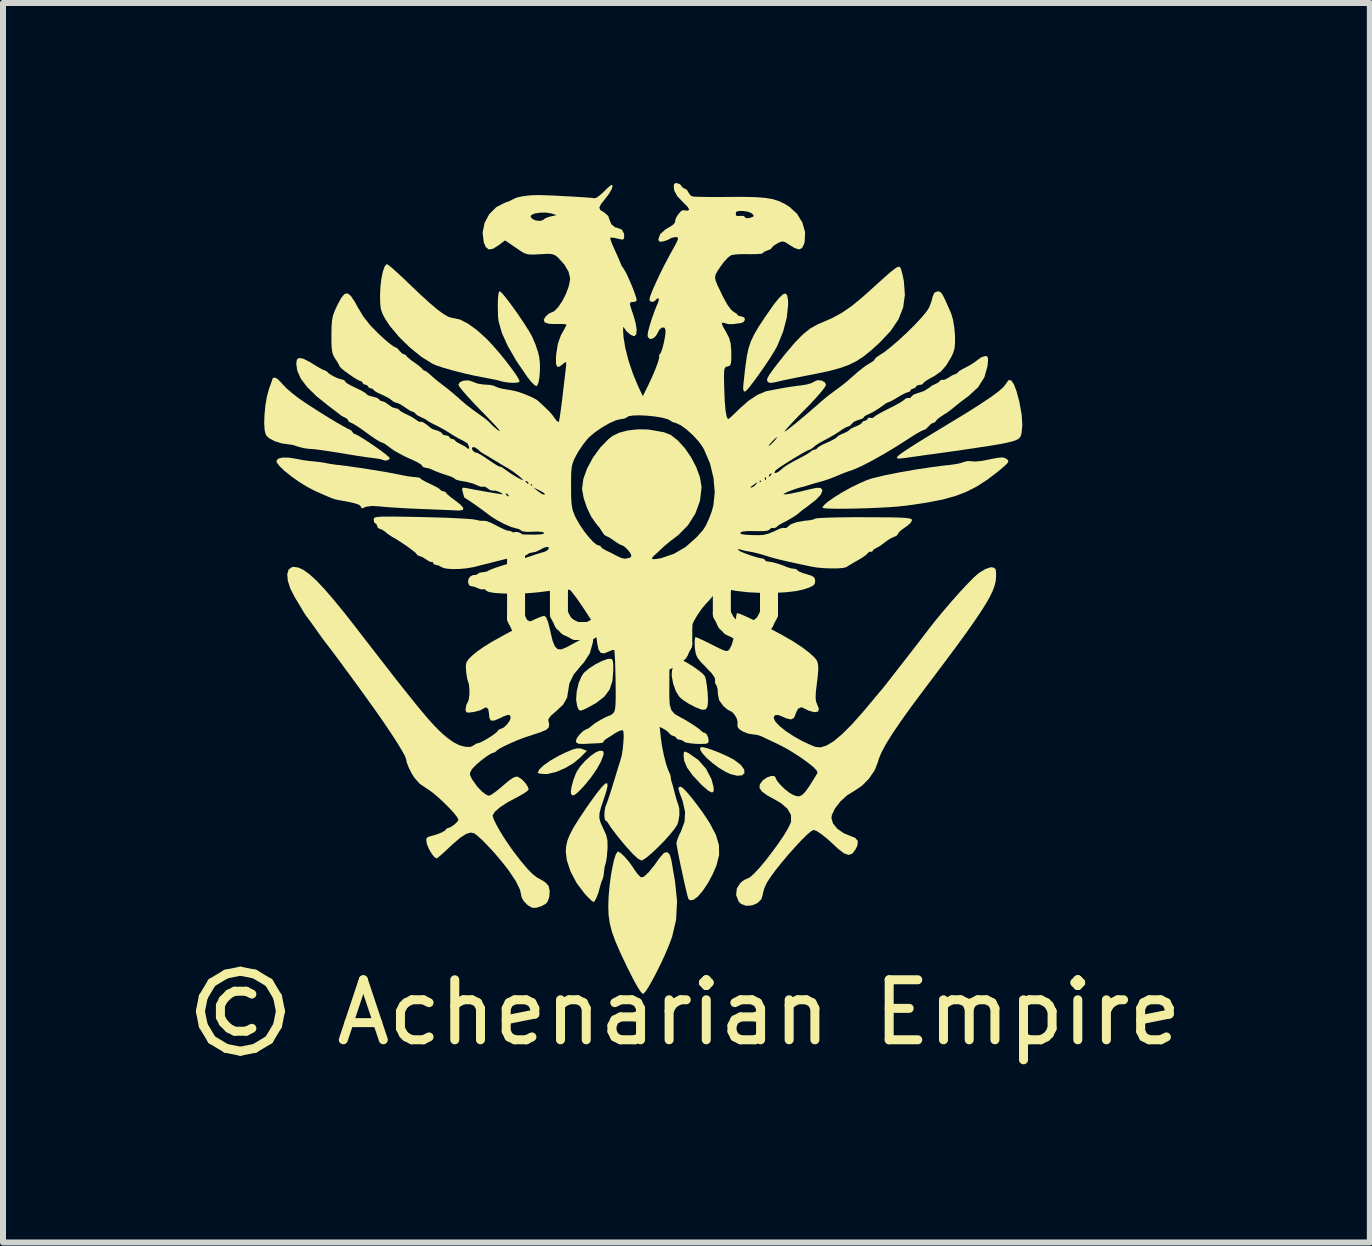
<source format=kicad_pcb>
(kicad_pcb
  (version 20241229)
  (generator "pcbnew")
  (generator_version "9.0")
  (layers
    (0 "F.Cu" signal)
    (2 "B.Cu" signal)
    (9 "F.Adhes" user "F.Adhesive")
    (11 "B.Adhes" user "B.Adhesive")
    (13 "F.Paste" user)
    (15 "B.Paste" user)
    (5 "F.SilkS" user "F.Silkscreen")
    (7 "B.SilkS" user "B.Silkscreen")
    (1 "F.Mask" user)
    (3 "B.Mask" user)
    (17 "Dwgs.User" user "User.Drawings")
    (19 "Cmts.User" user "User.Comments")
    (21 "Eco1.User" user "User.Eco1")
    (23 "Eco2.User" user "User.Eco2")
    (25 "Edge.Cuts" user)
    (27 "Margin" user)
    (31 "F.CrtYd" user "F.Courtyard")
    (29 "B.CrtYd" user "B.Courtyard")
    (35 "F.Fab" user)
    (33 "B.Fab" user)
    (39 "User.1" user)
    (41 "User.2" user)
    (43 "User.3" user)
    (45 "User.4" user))
  (footprint "logo"
    (layer "F.Cu")
    (at 7.62 6.785)
    (property "Reference" "logo" (at 0 0 0) (layer "F.SilkS") (effects (font (size 1.5 1.5) (thickness 0.3))))
    (attr board_only exclude_from_pos_files exclude_from_bom)
    (fp_poly (pts (xy 0.794 2.709) (xy 0.803 2.714) (xy 0.965 2.827) (xy 1.096 2.976) (xy 1.183 3.145) (xy 1.188 3.16) (xy 1.22 3.281) (xy 1.221 3.351) (xy 1.193 3.371) (xy 1.132 3.34) (xy 1.037 3.259) (xy 1.012 3.235) (xy 0.87 3.084) (xy 0.777 2.954) (xy 0.729 2.839) (xy 0.721 2.769) (xy 0.723 2.703) (xy 0.743 2.687)) (stroke (width 0) (type solid)) (fill yes) (layer "F.SilkS"))
    (fp_poly (pts (xy -1 2.635) (xy -0.97 2.644) (xy -0.891 2.674) (xy -0.993 2.779) (xy -1.112 2.879) (xy -1.258 2.965) (xy -1.41 3.029) (xy -1.548 3.061) (xy -1.581 3.062) (xy -1.66 3.058) (xy -1.706 3.046) (xy -1.711 3.04) (xy -1.684 2.985) (xy -1.61 2.915) (xy -1.499 2.837) (xy -1.361 2.758) (xy -1.246 2.702) (xy -1.134 2.655) (xy -1.057 2.634)) (stroke (width 0) (type solid)) (fill yes) (layer "F.SilkS"))
    (fp_poly (pts (xy 1.091 2.625) (xy 1.192 2.658) (xy 1.311 2.704) (xy 1.432 2.758) (xy 1.536 2.81) (xy 1.566 2.828) (xy 1.675 2.911) (xy 1.729 2.986) (xy 1.734 3.046) (xy 1.694 3.083) (xy 1.616 3.091) (xy 1.504 3.064) (xy 1.417 3.024) (xy 1.304 2.956) (xy 1.2 2.878) (xy 1.109 2.799) (xy 1.04 2.725) (xy 1 2.665) (xy 0.995 2.624) (xy 1.026 2.612)) (stroke (width 0) (type solid)) (fill yes) (layer "F.SilkS"))
    (fp_poly (pts (xy -0.621 2.68) (xy -0.611 2.715) (xy -0.619 2.755) (xy -0.658 2.856) (xy -0.73 2.984) (xy -0.825 3.122) (xy -0.933 3.253) (xy -0.957 3.28) (xy -1.04 3.365) (xy -1.094 3.409) (xy -1.128 3.418) (xy -1.153 3.397) (xy -1.155 3.393) (xy -1.159 3.345) (xy -1.144 3.26) (xy -1.115 3.158) (xy -1.077 3.057) (xy -1.058 3.018) (xy -1 2.932) (xy -0.919 2.841) (xy -0.828 2.759) (xy -0.742 2.699) (xy -0.675 2.672) (xy -0.67 2.672)) (stroke (width 0) (type solid)) (fill yes) (layer "F.SilkS"))
    (fp_poly (pts (xy -0.478 1.147) (xy -0.46 1.174) (xy -0.452 1.236) (xy -0.451 1.329) (xy -0.465 1.508) (xy -0.512 1.652) (xy -0.598 1.77) (xy -0.731 1.874) (xy -0.862 1.948) (xy -0.949 1.991) (xy -0.999 2.006) (xy -1.026 1.992) (xy -1.047 1.947) (xy -1.053 1.931) (xy -1.071 1.822) (xy -1.061 1.686) (xy -1.029 1.546) (xy -0.978 1.428) (xy -0.94 1.374) (xy -0.857 1.303) (xy -0.75 1.234) (xy -0.64 1.178) (xy -0.545 1.145) (xy -0.511 1.141)) (stroke (width 0) (type solid)) (fill yes) (layer "F.SilkS"))
    (fp_poly (pts (xy 0.684 1.158) (xy 0.77 1.203) (xy 0.869 1.263) (xy 0.964 1.33) (xy 1.039 1.39) (xy 1.075 1.432) (xy 1.091 1.487) (xy 1.107 1.583) (xy 1.12 1.7) (xy 1.121 1.716) (xy 1.127 1.855) (xy 1.117 1.942) (xy 1.088 1.985) (xy 1.036 1.991) (xy 1.006 1.984) (xy 0.912 1.946) (xy 0.805 1.89) (xy 0.71 1.828) (xy 0.654 1.781) (xy 0.591 1.682) (xy 0.545 1.553) (xy 0.522 1.424) (xy 0.525 1.351) (xy 0.548 1.239) (xy 0.57 1.175) (xy 0.598 1.146) (xy 0.628 1.141)) (stroke (width 0) (type solid)) (fill yes) (layer "F.SilkS"))
    (fp_poly (pts (xy -2.315 -4.96) (xy -2.259 -4.896) (xy -2.186 -4.802) (xy -2.102 -4.688) (xy -2.015 -4.564) (xy -1.932 -4.44) (xy -1.861 -4.327) (xy -1.808 -4.235) (xy -1.8 -4.218) (xy -1.748 -4.096) (xy -1.705 -3.968) (xy -1.686 -3.888) (xy -1.674 -3.778) (xy -1.674 -3.658) (xy -1.682 -3.546) (xy -1.699 -3.456) (xy -1.723 -3.406) (xy -1.73 -3.401) (xy -1.764 -3.418) (xy -1.819 -3.472) (xy -1.88 -3.549) (xy -2.065 -3.82) (xy -2.208 -4.067) (xy -2.308 -4.288) (xy -2.362 -4.479) (xy -2.372 -4.565) (xy -2.376 -4.735) (xy -2.373 -4.866) (xy -2.363 -4.951) (xy -2.347 -4.984) (xy -2.345 -4.984)) (stroke (width 0) (type solid)) (fill yes) (layer "F.SilkS"))
    (fp_poly (pts (xy 2.447 -4.91) (xy 2.46 -4.83) (xy 2.462 -4.763) (xy 2.44 -4.548) (xy 2.379 -4.312) (xy 2.284 -4.078) (xy 2.28 -4.069) (xy 2.232 -3.984) (xy 2.164 -3.874) (xy 2.082 -3.751) (xy 1.995 -3.625) (xy 1.91 -3.507) (xy 1.834 -3.407) (xy 1.775 -3.337) (xy 1.741 -3.308) (xy 1.719 -3.325) (xy 1.712 -3.368) (xy 1.716 -3.426) (xy 1.727 -3.528) (xy 1.741 -3.657) (xy 1.753 -3.753) (xy 1.775 -3.906) (xy 1.802 -4.032) (xy 1.84 -4.146) (xy 1.895 -4.262) (xy 1.973 -4.395) (xy 2.081 -4.558) (xy 2.106 -4.594) (xy 2.22 -4.758) (xy 2.309 -4.869) (xy 2.375 -4.931) (xy 2.42 -4.945)) (stroke (width 0) (type solid)) (fill yes) (layer "F.SilkS"))
    (fp_poly (pts (xy 0.71 3.296) (xy 0.772 3.36) (xy 0.851 3.453) (xy 0.94 3.568) (xy 1.031 3.692) (xy 1.116 3.818) (xy 1.16 3.888) (xy 1.259 4.077) (xy 1.309 4.246) (xy 1.312 4.41) (xy 1.268 4.584) (xy 1.208 4.725) (xy 1.123 4.883) (xy 1.037 5.011) (xy 0.956 5.105) (xy 0.884 5.158) (xy 0.827 5.165) (xy 0.8 5.142) (xy 0.788 5.103) (xy 0.767 5.018) (xy 0.739 4.9) (xy 0.709 4.762) (xy 0.677 4.616) (xy 0.648 4.475) (xy 0.624 4.353) (xy 0.607 4.261) (xy 0.6 4.213) (xy 0.6 4.213) (xy 0.614 4.156) (xy 0.649 4.071) (xy 0.676 4.017) (xy 0.736 3.857) (xy 0.745 3.694) (xy 0.704 3.513) (xy 0.691 3.476) (xy 0.652 3.371) (xy 0.635 3.31) (xy 0.639 3.281) (xy 0.662 3.273) (xy 0.674 3.273)) (stroke (width 0) (type solid)) (fill yes) (layer "F.SilkS"))
    (fp_poly (pts (xy -0.547 3.261) (xy -0.57 3.359) (xy -0.609 3.477) (xy -0.656 3.615) (xy -0.681 3.714) (xy -0.684 3.792) (xy -0.665 3.867) (xy -0.625 3.956) (xy -0.614 3.978) (xy -0.57 4.076) (xy -0.549 4.164) (xy -0.547 4.271) (xy -0.549 4.326) (xy -0.558 4.433) (xy -0.57 4.515) (xy -0.58 4.555) (xy -0.595 4.604) (xy -0.605 4.682) (xy -0.605 4.687) (xy -0.615 4.765) (xy -0.631 4.817) (xy -0.632 4.819) (xy -0.653 4.868) (xy -0.672 4.939) (xy -0.702 5.047) (xy -0.736 5.134) (xy -0.768 5.186) (xy -0.782 5.194) (xy -0.813 5.173) (xy -0.869 5.119) (xy -0.932 5.051) (xy -1.063 4.877) (xy -1.163 4.687) (xy -1.226 4.499) (xy -1.243 4.352) (xy -1.237 4.263) (xy -1.216 4.171) (xy -1.175 4.069) (xy -1.111 3.948) (xy -1.018 3.8) (xy -0.894 3.615) (xy -0.852 3.555) (xy -0.734 3.391) (xy -0.645 3.28) (xy -0.585 3.221) (xy -0.552 3.215)) (stroke (width 0) (type solid)) (fill yes) (layer "F.SilkS"))
    (fp_poly (pts (xy 6.176 -3.499) (xy 6.22 -3.439) (xy 6.266 -3.321) (xy 6.313 -3.145) (xy 6.316 -3.132) (xy 6.353 -2.926) (xy 6.364 -2.749) (xy 6.349 -2.611) (xy 6.338 -2.574) (xy 6.324 -2.547) (xy 6.3 -2.524) (xy 6.26 -2.502) (xy 6.199 -2.481) (xy 6.11 -2.459) (xy 5.989 -2.435) (xy 5.828 -2.408) (xy 5.623 -2.377) (xy 5.368 -2.339) (xy 5.194 -2.314) (xy 5.067 -2.296) (xy 4.95 -2.28) (xy 4.865 -2.268) (xy 4.864 -2.268) (xy 4.779 -2.257) (xy 4.662 -2.24) (xy 4.549 -2.224) (xy 4.414 -2.205) (xy 4.33 -2.195) (xy 4.286 -2.196) (xy 4.273 -2.206) (xy 4.28 -2.224) (xy 4.311 -2.254) (xy 4.381 -2.305) (xy 4.492 -2.379) (xy 4.648 -2.477) (xy 4.851 -2.602) (xy 5.103 -2.755) (xy 5.164 -2.792) (xy 5.438 -2.958) (xy 5.66 -3.099) (xy 5.835 -3.216) (xy 5.963 -3.31) (xy 6.047 -3.384) (xy 6.089 -3.438) (xy 6.091 -3.441) (xy 6.132 -3.5)) (stroke (width 0) (type solid)) (fill yes) (layer "F.SilkS"))
    (fp_poly (pts (xy 4.319 -5.389) (xy 4.327 -5.383) (xy 4.346 -5.34) (xy 4.369 -5.256) (xy 4.39 -5.151) (xy 4.407 -4.921) (xy 4.378 -4.711) (xy 4.299 -4.512) (xy 4.168 -4.318) (xy 3.98 -4.12) (xy 3.843 -3.996) (xy 3.72 -3.897) (xy 3.6 -3.818) (xy 3.472 -3.755) (xy 3.324 -3.702) (xy 3.146 -3.654) (xy 2.926 -3.607) (xy 2.762 -3.575) (xy 2.613 -3.546) (xy 2.476 -3.518) (xy 2.366 -3.495) (xy 2.308 -3.481) (xy 2.211 -3.459) (xy 2.155 -3.456) (xy 2.124 -3.473) (xy 2.116 -3.484) (xy 2.11 -3.507) (xy 2.12 -3.541) (xy 2.15 -3.593) (xy 2.204 -3.669) (xy 2.286 -3.777) (xy 2.402 -3.923) (xy 2.429 -3.956) (xy 2.58 -4.134) (xy 2.711 -4.267) (xy 2.832 -4.363) (xy 2.952 -4.43) (xy 2.987 -4.445) (xy 3.182 -4.529) (xy 3.351 -4.62) (xy 3.512 -4.729) (xy 3.683 -4.869) (xy 3.775 -4.95) (xy 3.94 -5.1) (xy 4.066 -5.213) (xy 4.16 -5.295) (xy 4.227 -5.349) (xy 4.272 -5.379) (xy 4.3 -5.391)) (stroke (width 0) (type solid)) (fill yes) (layer "F.SilkS"))
    (fp_poly (pts (xy -0.329 4.377) (xy -0.263 4.439) (xy -0.187 4.528) (xy -0.113 4.632) (xy -0.096 4.66) (xy -0.044 4.731) (xy 0.004 4.778) (xy 0.015 4.784) (xy 0.06 4.771) (xy 0.131 4.706) (xy 0.225 4.592) (xy 0.328 4.449) (xy 0.394 4.376) (xy 0.448 4.362) (xy 0.49 4.406) (xy 0.518 4.504) (xy 0.535 4.606) (xy 0.557 4.736) (xy 0.577 4.849) (xy 0.611 5.179) (xy 0.595 5.491) (xy 0.529 5.772) (xy 0.48 5.905) (xy 0.418 6.053) (xy 0.347 6.208) (xy 0.273 6.358) (xy 0.201 6.495) (xy 0.137 6.608) (xy 0.084 6.688) (xy 0.048 6.724) (xy 0.043 6.725) (xy 0.011 6.698) (xy -0.043 6.617) (xy -0.117 6.484) (xy -0.209 6.302) (xy -0.226 6.267) (xy -0.334 6.039) (xy -0.416 5.85) (xy -0.474 5.69) (xy -0.511 5.547) (xy -0.53 5.41) (xy -0.535 5.266) (xy -0.53 5.115) (xy -0.515 4.94) (xy -0.494 4.771) (xy -0.467 4.618) (xy -0.439 4.491) (xy -0.409 4.4) (xy -0.381 4.356) (xy -0.374 4.353)) (stroke (width 0) (type solid)) (fill yes) (layer "F.SilkS"))
    (fp_poly (pts (xy 6.065 -2.207) (xy 6.095 -2.192) (xy 6.105 -2.185) (xy 6.128 -2.162) (xy 6.129 -2.137) (xy 6.1 -2.1) (xy 6.035 -2.042) (xy 5.955 -1.976) (xy 5.779 -1.841) (xy 5.609 -1.731) (xy 5.435 -1.642) (xy 5.244 -1.569) (xy 5.028 -1.51) (xy 4.774 -1.461) (xy 4.473 -1.416) (xy 4.413 -1.408) (xy 4.29 -1.395) (xy 4.138 -1.384) (xy 3.965 -1.375) (xy 3.783 -1.367) (xy 3.601 -1.362) (xy 3.429 -1.359) (xy 3.276 -1.358) (xy 3.153 -1.361) (xy 3.068 -1.366) (xy 3.033 -1.375) (xy 3.032 -1.376) (xy 3.058 -1.418) (xy 3.128 -1.478) (xy 3.231 -1.55) (xy 3.356 -1.628) (xy 3.494 -1.705) (xy 3.633 -1.774) (xy 3.762 -1.831) (xy 3.87 -1.868) (xy 3.872 -1.868) (xy 4.074 -1.916) (xy 4.315 -1.964) (xy 4.576 -2.01) (xy 4.835 -2.049) (xy 5.072 -2.08) (xy 5.146 -2.087) (xy 5.253 -2.102) (xy 5.342 -2.121) (xy 5.381 -2.135) (xy 5.457 -2.154) (xy 5.509 -2.15) (xy 5.579 -2.145) (xy 5.677 -2.154) (xy 5.724 -2.162) (xy 5.866 -2.191) (xy 5.963 -2.208) (xy 6.025 -2.213)) (stroke (width 0) (type solid)) (fill yes) (layer "F.SilkS"))
    (fp_poly (pts (xy -4.192 -5.414) (xy -4.126 -5.36) (xy -4.034 -5.277) (xy -3.925 -5.175) (xy -3.875 -5.127) (xy -3.677 -4.938) (xy -3.515 -4.79) (xy -3.384 -4.679) (xy -3.279 -4.602) (xy -3.196 -4.555) (xy -3.13 -4.535) (xy -3.109 -4.534) (xy -3.003 -4.51) (xy -2.872 -4.442) (xy -2.725 -4.336) (xy -2.571 -4.198) (xy -2.552 -4.179) (xy -2.457 -4.077) (xy -2.354 -3.959) (xy -2.252 -3.834) (xy -2.16 -3.714) (xy -2.083 -3.608) (xy -2.031 -3.526) (xy -2.012 -3.479) (xy -2.012 -3.478) (xy -2.038 -3.462) (xy -2.104 -3.456) (xy -2.19 -3.459) (xy -2.276 -3.472) (xy -2.312 -3.481) (xy -2.379 -3.499) (xy -2.483 -3.521) (xy -2.597 -3.543) (xy -2.769 -3.576) (xy -2.949 -3.617) (xy -3.124 -3.662) (xy -3.279 -3.706) (xy -3.399 -3.746) (xy -3.46 -3.772) (xy -3.647 -3.888) (xy -3.84 -4.044) (xy -4.021 -4.221) (xy -4.175 -4.405) (xy -4.25 -4.519) (xy -4.296 -4.604) (xy -4.323 -4.681) (xy -4.335 -4.772) (xy -4.338 -4.899) (xy -4.338 -4.909) (xy -4.332 -5.053) (xy -4.316 -5.19) (xy -4.292 -5.307) (xy -4.262 -5.392) (xy -4.231 -5.433) (xy -4.224 -5.434)) (stroke (width 0) (type solid)) (fill yes) (layer "F.SilkS"))
    (fp_poly (pts (xy -6.047 -3.521) (xy -5.99 -3.466) (xy -5.967 -3.439) (xy -5.901 -3.37) (xy -5.804 -3.285) (xy -5.698 -3.203) (xy -5.692 -3.198) (xy -5.592 -3.13) (xy -5.47 -3.05) (xy -5.336 -2.964) (xy -5.199 -2.879) (xy -5.07 -2.801) (xy -4.959 -2.737) (xy -4.877 -2.692) (xy -4.833 -2.672) (xy -4.831 -2.672) (xy -4.804 -2.649) (xy -4.804 -2.644) (xy -4.78 -2.612) (xy -4.766 -2.607) (xy -4.715 -2.584) (xy -4.633 -2.536) (xy -4.532 -2.471) (xy -4.426 -2.399) (xy -4.324 -2.327) (xy -4.241 -2.264) (xy -4.187 -2.218) (xy -4.174 -2.199) (xy -4.198 -2.172) (xy -4.248 -2.16) (xy -4.294 -2.172) (xy -4.296 -2.174) (xy -4.33 -2.184) (xy -4.405 -2.197) (xy -4.459 -2.204) (xy -4.577 -2.219) (xy -4.715 -2.24) (xy -4.789 -2.252) (xy -5.008 -2.288) (xy -5.178 -2.315) (xy -5.307 -2.334) (xy -5.404 -2.347) (xy -5.479 -2.354) (xy -5.509 -2.355) (xy -5.612 -2.368) (xy -5.705 -2.393) (xy -5.714 -2.396) (xy -5.798 -2.423) (xy -5.864 -2.432) (xy -5.977 -2.447) (xy -6.091 -2.483) (xy -6.185 -2.532) (xy -6.239 -2.585) (xy -6.26 -2.662) (xy -6.268 -2.781) (xy -6.263 -2.926) (xy -6.248 -3.081) (xy -6.223 -3.228) (xy -6.189 -3.352) (xy -6.186 -3.362) (xy -6.153 -3.452) (xy -6.131 -3.515) (xy -6.125 -3.535) (xy -6.101 -3.542) (xy -6.087 -3.543)) (stroke (width 0) (type solid)) (fill yes) (layer "F.SilkS"))
    (fp_poly (pts (xy -5.754 -2.194) (xy -5.632 -2.17) (xy -5.506 -2.153) (xy -5.464 -2.149) (xy -5.362 -2.139) (xy -5.273 -2.126) (xy -5.254 -2.122) (xy -5.177 -2.107) (xy -5.075 -2.092) (xy -5.044 -2.089) (xy -4.889 -2.07) (xy -4.699 -2.043) (xy -4.492 -2.011) (xy -4.288 -1.978) (xy -4.106 -1.945) (xy -3.978 -1.919) (xy -3.872 -1.899) (xy -3.777 -1.887) (xy -3.745 -1.885) (xy -3.685 -1.877) (xy -3.663 -1.863) (xy -3.638 -1.841) (xy -3.572 -1.805) (xy -3.498 -1.77) (xy -3.411 -1.727) (xy -3.351 -1.692) (xy -3.333 -1.674) (xy -3.308 -1.654) (xy -3.288 -1.651) (xy -3.247 -1.639) (xy -3.242 -1.629) (xy -3.219 -1.601) (xy -3.16 -1.551) (xy -3.092 -1.501) (xy -2.994 -1.424) (xy -2.95 -1.37) (xy -2.96 -1.338) (xy -3.025 -1.328) (xy -3.055 -1.329) (xy -3.124 -1.333) (xy -3.239 -1.338) (xy -3.388 -1.344) (xy -3.556 -1.351) (xy -3.648 -1.354) (xy -3.83 -1.362) (xy -4.009 -1.372) (xy -4.167 -1.382) (xy -4.289 -1.392) (xy -4.326 -1.396) (xy -4.473 -1.405) (xy -4.569 -1.392) (xy -4.588 -1.384) (xy -4.638 -1.364) (xy -4.653 -1.382) (xy -4.654 -1.391) (xy -4.683 -1.423) (xy -4.772 -1.453) (xy -4.841 -1.468) (xy -4.947 -1.488) (xy -5.033 -1.504) (xy -5.074 -1.512) (xy -5.116 -1.525) (xy -5.181 -1.55) (xy -5.28 -1.592) (xy -5.422 -1.656) (xy -5.429 -1.659) (xy -5.554 -1.724) (xy -5.685 -1.805) (xy -5.811 -1.894) (xy -5.923 -1.983) (xy -6.008 -2.063) (xy -6.057 -2.127) (xy -6.065 -2.152) (xy -6.038 -2.191) (xy -5.966 -2.211) (xy -5.861 -2.211)) (stroke (width 0) (type solid)) (fill yes) (layer "F.SilkS"))
    (fp_poly (pts (xy 5.899 -0.373) (xy 5.92 -0.346) (xy 5.927 -0.286) (xy 5.926 -0.221) (xy 5.92 -0.152) (xy 5.902 -0.078) (xy 5.872 0.005) (xy 5.826 0.103) (xy 5.761 0.218) (xy 5.675 0.354) (xy 5.565 0.517) (xy 5.43 0.709) (xy 5.266 0.934) (xy 5.071 1.197) (xy 4.842 1.501) (xy 4.74 1.636) (xy 4.524 1.925) (xy 4.346 2.173) (xy 4.204 2.382) (xy 4.096 2.555) (xy 4.019 2.697) (xy 3.972 2.809) (xy 3.959 2.857) (xy 3.906 2.996) (xy 3.811 3.136) (xy 3.691 3.258) (xy 3.562 3.344) (xy 3.441 3.419) (xy 3.332 3.519) (xy 3.245 3.631) (xy 3.192 3.739) (xy 3.183 3.797) (xy 3.21 3.887) (xy 3.283 3.975) (xy 3.389 4.048) (xy 3.481 4.086) (xy 3.58 4.126) (xy 3.623 4.177) (xy 3.617 4.249) (xy 3.588 4.312) (xy 3.534 4.386) (xy 3.472 4.41) (xy 3.395 4.385) (xy 3.297 4.31) (xy 3.254 4.27) (xy 3.134 4.159) (xy 3.026 4.071) (xy 2.94 4.013) (xy 2.886 3.993) (xy 2.843 4.016) (xy 2.772 4.077) (xy 2.679 4.169) (xy 2.573 4.283) (xy 2.461 4.409) (xy 2.35 4.541) (xy 2.249 4.668) (xy 2.165 4.783) (xy 2.107 4.873) (xy 2.066 4.962) (xy 2.043 5.043) (xy 2.042 5.061) (xy 2.016 5.148) (xy 1.949 5.213) (xy 1.859 5.251) (xy 1.762 5.257) (xy 1.676 5.226) (xy 1.638 5.187) (xy 1.595 5.079) (xy 1.607 4.967) (xy 1.665 4.877) (xy 1.727 4.827) (xy 1.779 4.804) (xy 1.782 4.804) (xy 1.829 4.78) (xy 1.9 4.715) (xy 1.99 4.618) (xy 2.09 4.498) (xy 2.193 4.364) (xy 2.293 4.227) (xy 2.383 4.095) (xy 2.454 3.978) (xy 2.5 3.884) (xy 2.511 3.852) (xy 2.509 3.744) (xy 2.45 3.639) (xy 2.337 3.543) (xy 2.257 3.497) (xy 2.114 3.418) (xy 2.024 3.352) (xy 1.984 3.293) (xy 1.99 3.234) (xy 2.038 3.17) (xy 2.051 3.158) (xy 2.114 3.116) (xy 2.181 3.094) (xy 2.234 3.096) (xy 2.252 3.121) (xy 2.274 3.171) (xy 2.331 3.24) (xy 2.407 3.314) (xy 2.488 3.377) (xy 2.539 3.407) (xy 2.596 3.429) (xy 2.645 3.433) (xy 2.693 3.412) (xy 2.746 3.359) (xy 2.811 3.27) (xy 2.894 3.137) (xy 2.952 3.042) (xy 2.94 3.007) (xy 2.886 2.949) (xy 2.797 2.877) (xy 2.685 2.795) (xy 2.558 2.712) (xy 2.426 2.633) (xy 2.298 2.567) (xy 2.289 2.562) (xy 2.176 2.509) (xy 2.079 2.463) (xy 2.015 2.433) (xy 2.004 2.428) (xy 1.933 2.407) (xy 1.875 2.402) (xy 1.795 2.388) (xy 1.711 2.355) (xy 1.645 2.313) (xy 1.618 2.274) (xy 1.618 2.209) (xy 1.62 2.197) (xy 1.608 2.141) (xy 1.571 2.076) (xy 1.526 2.025) (xy 1.496 2.012) (xy 1.456 1.991) (xy 1.396 1.941) (xy 1.377 1.922) (xy 1.313 1.833) (xy 1.291 1.733) (xy 1.291 1.713) (xy 1.284 1.633) (xy 1.266 1.581) (xy 1.26 1.575) (xy 1.241 1.535) (xy 1.246 1.503) (xy 1.238 1.456) (xy 1.19 1.386) (xy 1.097 1.287) (xy 1.092 1.281) (xy 1.005 1.193) (xy 0.953 1.127) (xy 0.925 1.066) (xy 0.911 0.992) (xy 0.907 0.947) (xy 0.904 0.856) (xy 0.91 0.796) (xy 0.92 0.78) (xy 0.956 0.793) (xy 1.033 0.828) (xy 1.136 0.878) (xy 1.196 0.908) (xy 1.313 0.967) (xy 1.389 1.001) (xy 1.435 1.013) (xy 1.464 1.005) (xy 1.486 0.981) (xy 1.487 0.98) (xy 1.523 0.905) (xy 1.555 0.791) (xy 1.579 0.661) (xy 1.591 0.535) (xy 1.591 0.514) (xy 1.596 0.436) (xy 1.607 0.386) (xy 1.61 0.382) (xy 1.643 0.388) (xy 1.722 0.42) (xy 1.841 0.475) (xy 1.992 0.551) (xy 2.17 0.643) (xy 2.368 0.749) (xy 2.37 0.75) (xy 2.542 0.849) (xy 2.695 0.95) (xy 2.819 1.044) (xy 2.906 1.124) (xy 2.945 1.179) (xy 2.961 1.238) (xy 2.964 1.32) (xy 2.955 1.438) (xy 2.942 1.54) (xy 2.924 1.688) (xy 2.919 1.788) (xy 2.927 1.854) (xy 2.938 1.883) (xy 2.973 1.971) (xy 2.964 2.02) (xy 2.908 2.031) (xy 2.875 2.026) (xy 2.799 2.004) (xy 2.75 1.979) (xy 2.749 1.978) (xy 2.685 1.949) (xy 2.628 1.972) (xy 2.592 2.042) (xy 2.592 2.044) (xy 2.562 2.124) (xy 2.51 2.153) (xy 2.428 2.133) (xy 2.398 2.119) (xy 2.301 2.079) (xy 2.244 2.079) (xy 2.222 2.118) (xy 2.222 2.129) (xy 2.248 2.188) (xy 2.319 2.263) (xy 2.425 2.348) (xy 2.557 2.434) (xy 2.703 2.516) (xy 2.854 2.585) (xy 2.915 2.609) (xy 3.002 2.618) (xy 3.104 2.586) (xy 3.225 2.512) (xy 3.366 2.393) (xy 3.531 2.227) (xy 3.722 2.012) (xy 3.858 1.849) (xy 3.926 1.767) (xy 3.982 1.7) (xy 4.009 1.669) (xy 4.037 1.636) (xy 4.095 1.563) (xy 4.176 1.459) (xy 4.274 1.333) (xy 4.383 1.193) (xy 4.496 1.048) (xy 4.607 0.905) (xy 4.708 0.773) (xy 4.794 0.661) (xy 4.794 0.66) (xy 4.917 0.504) (xy 5.052 0.34) (xy 5.192 0.177) (xy 5.328 0.024) (xy 5.453 -0.11) (xy 5.557 -0.215) (xy 5.634 -0.283) (xy 5.638 -0.286) (xy 5.748 -0.354) (xy 5.835 -0.383) (xy 5.855 -0.383)) (stroke (width 0) (type solid)) (fill yes) (layer "F.SilkS"))
    (fp_poly (pts (xy -5.698 -0.378) (xy -5.614 -0.339) (xy -5.517 -0.27) (xy -5.403 -0.167) (xy -5.271 -0.028) (xy -5.116 0.151) (xy -4.934 0.373) (xy -4.723 0.642) (xy -4.707 0.664) (xy -4.454 0.991) (xy -4.235 1.273) (xy -4.046 1.516) (xy -3.883 1.721) (xy -3.744 1.894) (xy -3.625 2.038) (xy -3.524 2.157) (xy -3.436 2.253) (xy -3.359 2.332) (xy -3.29 2.397) (xy -3.225 2.452) (xy -3.161 2.499) (xy -3.111 2.534) (xy -3.016 2.582) (xy -2.917 2.608) (xy -2.832 2.61) (xy -2.78 2.586) (xy -2.777 2.582) (xy -2.734 2.554) (xy -2.717 2.552) (xy -2.67 2.537) (xy -2.596 2.5) (xy -2.513 2.45) (xy -2.437 2.399) (xy -2.385 2.356) (xy -2.372 2.337) (xy -2.348 2.314) (xy -2.332 2.312) (xy -2.279 2.288) (xy -2.219 2.232) (xy -2.174 2.166) (xy -2.162 2.122) (xy -2.172 2.083) (xy -2.207 2.076) (xy -2.279 2.101) (xy -2.344 2.133) (xy -2.437 2.172) (xy -2.492 2.17) (xy -2.517 2.123) (xy -2.522 2.055) (xy -2.536 1.977) (xy -2.572 1.95) (xy -2.625 1.976) (xy -2.629 1.98) (xy -2.674 2.002) (xy -2.754 2.023) (xy -2.785 2.029) (xy -2.864 2.039) (xy -2.901 2.031) (xy -2.912 1.998) (xy -2.912 1.976) (xy -2.899 1.906) (xy -2.878 1.87) (xy -2.86 1.821) (xy -2.849 1.737) (xy -2.849 1.643) (xy -2.858 1.562) (xy -2.87 1.527) (xy -2.884 1.48) (xy -2.898 1.397) (xy -2.904 1.346) (xy -2.909 1.256) (xy -2.896 1.196) (xy -2.856 1.14) (xy -2.8 1.086) (xy -2.714 1.015) (xy -2.598 0.935) (xy -2.478 0.861) (xy -2.475 0.859) (xy -2.257 0.738) (xy -2.06 0.633) (xy -1.89 0.546) (xy -1.753 0.481) (xy -1.655 0.44) (xy -1.602 0.426) (xy -1.599 0.426) (xy -1.569 0.454) (xy -1.538 0.529) (xy -1.506 0.657) (xy -1.5 0.686) (xy -1.464 0.837) (xy -1.426 0.933) (xy -1.379 0.981) (xy -1.318 0.985) (xy -1.237 0.953) (xy -1.231 0.95) (xy -1.161 0.912) (xy -1.066 0.861) (xy -1.009 0.83) (xy -0.897 0.774) (xy -0.827 0.752) (xy -0.793 0.767) (xy -0.786 0.82) (xy -0.793 0.874) (xy -0.843 1.051) (xy -0.94 1.201) (xy -0.987 1.253) (xy -1.111 1.403) (xy -1.183 1.551) (xy -1.201 1.662) (xy -1.221 1.79) (xy -1.287 1.905) (xy -1.405 2.016) (xy -1.422 2.03) (xy -1.491 2.09) (xy -1.53 2.143) (xy -1.534 2.165) (xy -1.519 2.237) (xy -1.528 2.287) (xy -1.57 2.326) (xy -1.655 2.362) (xy -1.741 2.391) (xy -1.871 2.433) (xy -1.965 2.466) (xy -2.049 2.498) (xy -2.143 2.539) (xy -2.244 2.585) (xy -2.329 2.628) (xy -2.386 2.663) (xy -2.401 2.68) (xy -2.426 2.701) (xy -2.439 2.703) (xy -2.49 2.722) (xy -2.568 2.771) (xy -2.656 2.838) (xy -2.738 2.908) (xy -2.798 2.971) (xy -2.809 2.986) (xy -2.838 3.038) (xy -2.838 3.081) (xy -2.808 3.142) (xy -2.791 3.169) (xy -2.716 3.274) (xy -2.635 3.358) (xy -2.562 3.411) (xy -2.522 3.423) (xy -2.48 3.404) (xy -2.408 3.353) (xy -2.319 3.281) (xy -2.29 3.255) (xy -2.185 3.167) (xy -2.112 3.119) (xy -2.06 3.104) (xy -2.043 3.107) (xy -1.981 3.145) (xy -1.918 3.209) (xy -1.873 3.278) (xy -1.861 3.318) (xy -1.887 3.347) (xy -1.954 3.393) (xy -2.049 3.446) (xy -2.079 3.461) (xy -2.222 3.538) (xy -2.34 3.616) (xy -2.422 3.688) (xy -2.46 3.746) (xy -2.462 3.757) (xy -2.445 3.813) (xy -2.4 3.906) (xy -2.334 4.023) (xy -2.253 4.152) (xy -2.164 4.283) (xy -2.112 4.355) (xy -1.982 4.523) (xy -1.877 4.647) (xy -1.79 4.734) (xy -1.714 4.791) (xy -1.661 4.819) (xy -1.584 4.866) (xy -1.532 4.923) (xy -1.531 4.924) (xy -1.511 5.005) (xy -1.517 5.101) (xy -1.545 5.186) (xy -1.571 5.219) (xy -1.646 5.263) (xy -1.733 5.29) (xy -1.801 5.291) (xy -1.801 5.291) (xy -1.873 5.25) (xy -1.939 5.186) (xy -1.978 5.12) (xy -1.982 5.098) (xy -2.006 4.988) (xy -2.077 4.844) (xy -2.196 4.667) (xy -2.221 4.633) (xy -2.317 4.512) (xy -2.424 4.386) (xy -2.534 4.266) (xy -2.635 4.163) (xy -2.718 4.087) (xy -2.766 4.051) (xy -2.828 4.037) (xy -2.904 4.06) (xy -3.001 4.123) (xy -3.125 4.229) (xy -3.169 4.27) (xy -3.259 4.354) (xy -3.334 4.421) (xy -3.382 4.461) (xy -3.392 4.467) (xy -3.426 4.452) (xy -3.472 4.397) (xy -3.518 4.321) (xy -3.552 4.241) (xy -3.562 4.207) (xy -3.568 4.142) (xy -3.541 4.111) (xy -3.494 4.097) (xy -3.393 4.068) (xy -3.307 4.034) (xy -3.253 4.002) (xy -3.243 3.986) (xy -3.219 3.964) (xy -3.205 3.962) (xy -3.156 3.943) (xy -3.095 3.9) (xy -3.047 3.852) (xy -3.032 3.823) (xy -3.054 3.779) (xy -3.111 3.707) (xy -3.193 3.618) (xy -3.289 3.523) (xy -3.389 3.432) (xy -3.482 3.356) (xy -3.554 3.307) (xy -3.676 3.225) (xy -3.765 3.124) (xy -3.81 3.053) (xy -3.86 2.954) (xy -3.894 2.866) (xy -3.903 2.819) (xy -3.92 2.768) (xy -3.97 2.676) (xy -4.048 2.547) (xy -4.151 2.387) (xy -4.275 2.203) (xy -4.416 2.001) (xy -4.489 1.899) (xy -4.597 1.748) (xy -4.713 1.588) (xy -4.831 1.427) (xy -4.943 1.275) (xy -5.042 1.14) (xy -5.123 1.032) (xy -5.178 0.959) (xy -5.192 0.941) (xy -5.25 0.866) (xy -5.325 0.765) (xy -5.389 0.674) (xy -5.454 0.583) (xy -5.508 0.508) (xy -5.539 0.467) (xy -5.539 0.467) (xy -5.577 0.416) (xy -5.613 0.359) (xy -5.652 0.293) (xy -5.708 0.2) (xy -5.755 0.123) (xy -5.831 -0.024) (xy -5.874 -0.156) (xy -5.884 -0.266) (xy -5.861 -0.346) (xy -5.805 -0.386) (xy -5.773 -0.39)) (stroke (width 0) (type solid)) (fill yes) (layer "F.SilkS"))
    (fp_poly (pts (xy 0.661 -6.765) (xy 0.68 -6.74) (xy 0.716 -6.7) (xy 0.737 -6.695) (xy 0.777 -6.67) (xy 0.795 -6.637) (xy 0.834 -6.581) (xy 0.865 -6.563) (xy 0.91 -6.558) (xy 1.005 -6.555) (xy 1.139 -6.553) (xy 1.302 -6.552) (xy 1.483 -6.554) (xy 1.486 -6.554) (xy 1.73 -6.555) (xy 1.924 -6.55) (xy 2.078 -6.538) (xy 2.201 -6.518) (xy 2.304 -6.486) (xy 2.396 -6.443) (xy 2.485 -6.388) (xy 2.611 -6.272) (xy 2.699 -6.127) (xy 2.744 -5.969) (xy 2.738 -5.811) (xy 2.728 -5.772) (xy 2.694 -5.702) (xy 2.644 -5.679) (xy 2.57 -5.702) (xy 2.489 -5.752) (xy 2.417 -5.798) (xy 2.369 -5.812) (xy 2.318 -5.798) (xy 2.285 -5.781) (xy 2.222 -5.742) (xy 2.192 -5.71) (xy 2.192 -5.707) (xy 2.166 -5.681) (xy 2.117 -5.662) (xy 2.06 -5.639) (xy 2.042 -5.618) (xy 2.014 -5.607) (xy 1.941 -5.601) (xy 1.837 -5.6) (xy 1.81 -5.6) (xy 1.689 -5.601) (xy 1.584 -5.595) (xy 1.516 -5.584) (xy 1.511 -5.582) (xy 1.46 -5.545) (xy 1.393 -5.472) (xy 1.332 -5.39) (xy 1.285 -5.319) (xy 1.255 -5.266) (xy 1.244 -5.217) (xy 1.253 -5.161) (xy 1.284 -5.084) (xy 1.337 -4.973) (xy 1.383 -4.879) (xy 1.448 -4.761) (xy 1.509 -4.677) (xy 1.554 -4.639) (xy 1.605 -4.608) (xy 1.621 -4.586) (xy 1.646 -4.568) (xy 1.681 -4.564) (xy 1.731 -4.545) (xy 1.742 -4.505) (xy 1.715 -4.466) (xy 1.674 -4.452) (xy 1.589 -4.441) (xy 1.546 -4.434) (xy 1.469 -4.434) (xy 1.419 -4.447) (xy 1.372 -4.46) (xy 1.356 -4.45) (xy 1.37 -4.407) (xy 1.416 -4.323) (xy 1.432 -4.296) (xy 1.479 -4.203) (xy 1.504 -4.112) (xy 1.514 -3.995) (xy 1.515 -3.948) (xy 1.514 -3.837) (xy 1.507 -3.773) (xy 1.49 -3.742) (xy 1.459 -3.73) (xy 1.452 -3.729) (xy 1.425 -3.722) (xy 1.407 -3.704) (xy 1.397 -3.665) (xy 1.393 -3.594) (xy 1.394 -3.481) (xy 1.397 -3.369) (xy 1.405 -3.159) (xy 1.418 -3.001) (xy 1.436 -2.899) (xy 1.457 -2.854) (xy 1.464 -2.852) (xy 1.491 -2.872) (xy 1.549 -2.925) (xy 1.627 -3.001) (xy 1.653 -3.026) (xy 1.802 -3.158) (xy 1.954 -3.258) (xy 2.094 -3.316) (xy 2.127 -3.323) (xy 2.183 -3.333) (xy 2.274 -3.351) (xy 2.342 -3.364) (xy 2.475 -3.387) (xy 2.619 -3.407) (xy 2.672 -3.413) (xy 2.774 -3.429) (xy 2.856 -3.454) (xy 2.886 -3.472) (xy 2.949 -3.5) (xy 3.02 -3.495) (xy 3.075 -3.463) (xy 3.092 -3.421) (xy 3.072 -3.382) (xy 3.016 -3.309) (xy 2.93 -3.21) (xy 2.822 -3.094) (xy 2.733 -3.004) (xy 2.617 -2.885) (xy 2.52 -2.783) (xy 2.448 -2.704) (xy 2.407 -2.655) (xy 2.4 -2.642) (xy 2.433 -2.661) (xy 2.502 -2.713) (xy 2.601 -2.793) (xy 2.722 -2.894) (xy 2.858 -3.01) (xy 3 -3.133) (xy 3.033 -3.163) (xy 3.13 -3.243) (xy 3.236 -3.322) (xy 3.259 -3.338) (xy 3.359 -3.413) (xy 3.463 -3.497) (xy 3.486 -3.519) (xy 3.634 -3.648) (xy 3.748 -3.737) (xy 3.834 -3.79) (xy 3.836 -3.79) (xy 3.887 -3.824) (xy 3.903 -3.847) (xy 3.927 -3.878) (xy 3.974 -3.91) (xy 4.068 -3.971) (xy 4.185 -4.064) (xy 4.317 -4.178) (xy 4.451 -4.303) (xy 4.578 -4.429) (xy 4.688 -4.548) (xy 4.77 -4.647) (xy 4.812 -4.714) (xy 4.847 -4.805) (xy 4.869 -4.887) (xy 4.87 -4.894) (xy 4.899 -4.959) (xy 4.945 -4.978) (xy 4.975 -4.979) (xy 5.001 -4.967) (xy 5.029 -4.933) (xy 5.063 -4.87) (xy 5.11 -4.768) (xy 5.175 -4.619) (xy 5.179 -4.609) (xy 5.208 -4.511) (xy 5.23 -4.38) (xy 5.241 -4.254) (xy 5.243 -4.124) (xy 5.235 -4.033) (xy 5.213 -3.956) (xy 5.176 -3.879) (xy 5.094 -3.744) (xy 5.009 -3.647) (xy 4.901 -3.571) (xy 4.847 -3.542) (xy 4.771 -3.498) (xy 4.722 -3.461) (xy 4.714 -3.448) (xy 4.689 -3.427) (xy 4.654 -3.423) (xy 4.605 -3.41) (xy 4.594 -3.393) (xy 4.569 -3.366) (xy 4.549 -3.363) (xy 4.509 -3.346) (xy 4.504 -3.333) (xy 4.48 -3.305) (xy 4.464 -3.303) (xy 4.418 -3.287) (xy 4.343 -3.249) (xy 4.292 -3.218) (xy 4.213 -3.171) (xy 4.155 -3.141) (xy 4.137 -3.135) (xy 4.099 -3.12) (xy 4.06 -3.092) (xy 3.972 -3.029) (xy 3.874 -2.969) (xy 3.791 -2.928) (xy 3.775 -2.922) (xy 3.731 -2.897) (xy 3.723 -2.881) (xy 3.697 -2.859) (xy 3.634 -2.838) (xy 3.631 -2.837) (xy 3.561 -2.81) (xy 3.523 -2.774) (xy 3.523 -2.774) (xy 3.487 -2.736) (xy 3.47 -2.732) (xy 3.425 -2.715) (xy 3.356 -2.674) (xy 3.332 -2.657) (xy 3.239 -2.596) (xy 3.13 -2.534) (xy 3.094 -2.515) (xy 3 -2.465) (xy 2.922 -2.415) (xy 2.899 -2.396) (xy 2.848 -2.355) (xy 2.819 -2.342) (xy 2.781 -2.327) (xy 2.707 -2.287) (xy 2.61 -2.23) (xy 2.503 -2.165) (xy 2.4 -2.1) (xy 2.314 -2.044) (xy 2.26 -2.003) (xy 2.249 -1.993) (xy 2.232 -1.958) (xy 2.252 -1.952) (xy 2.295 -1.971) (xy 2.337 -2.004) (xy 2.389 -2.048) (xy 2.459 -2.095) (xy 2.559 -2.152) (xy 2.687 -2.219) (xy 2.771 -2.265) (xy 2.83 -2.303) (xy 2.847 -2.319) (xy 2.882 -2.34) (xy 2.9 -2.342) (xy 2.938 -2.355) (xy 2.942 -2.365) (xy 2.968 -2.388) (xy 3.033 -2.425) (xy 3.107 -2.459) (xy 3.195 -2.5) (xy 3.255 -2.534) (xy 3.273 -2.551) (xy 3.298 -2.574) (xy 3.36 -2.605) (xy 3.378 -2.612) (xy 3.446 -2.643) (xy 3.481 -2.668) (xy 3.483 -2.672) (xy 3.508 -2.693) (xy 3.57 -2.722) (xy 3.588 -2.728) (xy 3.656 -2.76) (xy 3.692 -2.789) (xy 3.693 -2.794) (xy 3.717 -2.819) (xy 3.738 -2.822) (xy 3.778 -2.84) (xy 3.783 -2.855) (xy 3.805 -2.876) (xy 3.827 -2.872) (xy 3.875 -2.872) (xy 3.889 -2.883) (xy 3.923 -2.91) (xy 3.995 -2.953) (xy 4.077 -2.996) (xy 4.232 -3.074) (xy 4.338 -3.133) (xy 4.399 -3.175) (xy 4.418 -3.194) (xy 4.456 -3.206) (xy 4.467 -3.202) (xy 4.502 -3.207) (xy 4.514 -3.226) (xy 4.552 -3.26) (xy 4.624 -3.287) (xy 4.634 -3.289) (xy 4.726 -3.32) (xy 4.802 -3.368) (xy 4.803 -3.368) (xy 4.865 -3.415) (xy 4.913 -3.435) (xy 4.969 -3.465) (xy 4.985 -3.484) (xy 5.017 -3.51) (xy 5.031 -3.505) (xy 5.067 -3.507) (xy 5.127 -3.538) (xy 5.135 -3.544) (xy 5.201 -3.584) (xy 5.249 -3.603) (xy 5.251 -3.603) (xy 5.283 -3.619) (xy 5.285 -3.625) (xy 5.309 -3.65) (xy 5.372 -3.688) (xy 5.412 -3.708) (xy 5.509 -3.761) (xy 5.595 -3.819) (xy 5.614 -3.835) (xy 5.683 -3.883) (xy 5.744 -3.903) (xy 5.746 -3.903) (xy 5.777 -3.897) (xy 5.791 -3.871) (xy 5.791 -3.809) (xy 5.783 -3.732) (xy 5.731 -3.548) (xy 5.625 -3.381) (xy 5.472 -3.24) (xy 5.341 -3.142) (xy 5.219 -3.044) (xy 5.192 -3.021) (xy 5.119 -2.966) (xy 5.031 -2.91) (xy 5.024 -2.905) (xy 4.96 -2.861) (xy 4.926 -2.825) (xy 4.924 -2.819) (xy 4.9 -2.794) (xy 4.885 -2.792) (xy 4.84 -2.77) (xy 4.804 -2.732) (xy 4.757 -2.686) (xy 4.725 -2.672) (xy 4.685 -2.656) (xy 4.609 -2.614) (xy 4.51 -2.553) (xy 4.451 -2.514) (xy 4.253 -2.388) (xy 4.055 -2.269) (xy 3.868 -2.164) (xy 3.703 -2.078) (xy 3.57 -2.018) (xy 3.512 -1.997) (xy 3.433 -1.97) (xy 3.34 -1.933) (xy 3.333 -1.93) (xy 3.217 -1.882) (xy 3.13 -1.849) (xy 3.046 -1.822) (xy 2.972 -1.801) (xy 2.881 -1.776) (xy 2.81 -1.754) (xy 2.792 -1.748) (xy 2.729 -1.729) (xy 2.711 -1.725) (xy 2.636 -1.705) (xy 2.549 -1.676) (xy 2.466 -1.645) (xy 2.405 -1.617) (xy 2.383 -1.601) (xy 2.383 -1.6) (xy 2.422 -1.598) (xy 2.513 -1.612) (xy 2.654 -1.642) (xy 2.826 -1.684) (xy 2.937 -1.707) (xy 3.001 -1.706) (xy 3.029 -1.679) (xy 3.032 -1.656) (xy 3.004 -1.59) (xy 2.921 -1.504) (xy 2.782 -1.396) (xy 2.762 -1.382) (xy 2.694 -1.332) (xy 2.649 -1.295) (xy 2.642 -1.288) (xy 2.606 -1.259) (xy 2.536 -1.213) (xy 2.452 -1.164) (xy 2.373 -1.123) (xy 2.352 -1.113) (xy 2.293 -1.077) (xy 2.268 -1.052) (xy 2.23 -1.034) (xy 2.216 -1.039) (xy 2.176 -1.035) (xy 2.16 -1.018) (xy 2.126 -0.995) (xy 2.054 -0.985) (xy 1.934 -0.985) (xy 1.911 -0.986) (xy 1.785 -0.987) (xy 1.7 -0.978) (xy 1.668 -0.963) (xy 1.667 -0.945) (xy 1.698 -0.932) (xy 1.769 -0.924) (xy 1.887 -0.919) (xy 1.967 -0.918) (xy 2.048 -0.922) (xy 2.13 -0.942) (xy 2.231 -0.983) (xy 2.321 -1.026) (xy 2.377 -1.041) (xy 2.401 -1.036) (xy 2.438 -1.041) (xy 2.448 -1.052) (xy 2.504 -1.098) (xy 2.604 -1.135) (xy 2.729 -1.157) (xy 2.76 -1.16) (xy 2.844 -1.17) (xy 2.9 -1.186) (xy 2.91 -1.193) (xy 2.943 -1.2) (xy 3.029 -1.206) (xy 3.158 -1.211) (xy 3.324 -1.215) (xy 3.517 -1.217) (xy 3.722 -1.217) (xy 3.965 -1.216) (xy 4.154 -1.215) (xy 4.296 -1.212) (xy 4.398 -1.207) (xy 4.465 -1.2) (xy 4.505 -1.191) (xy 4.523 -1.179) (xy 4.526 -1.171) (xy 4.508 -1.128) (xy 4.448 -1.074) (xy 4.414 -1.051) (xy 4.343 -1) (xy 4.299 -0.956) (xy 4.293 -0.942) (xy 4.268 -0.908) (xy 4.226 -0.89) (xy 4.158 -0.858) (xy 4.081 -0.805) (xy 4.072 -0.797) (xy 4 -0.743) (xy 3.936 -0.707) (xy 3.929 -0.704) (xy 3.883 -0.677) (xy 3.873 -0.657) (xy 3.855 -0.64) (xy 3.845 -0.644) (xy 3.808 -0.639) (xy 3.792 -0.621) (xy 3.754 -0.584) (xy 3.68 -0.533) (xy 3.618 -0.497) (xy 3.529 -0.446) (xy 3.46 -0.405) (xy 3.434 -0.387) (xy 3.386 -0.373) (xy 3.294 -0.365) (xy 3.177 -0.364) (xy 3.051 -0.369) (xy 2.933 -0.38) (xy 2.867 -0.391) (xy 2.643 -0.438) (xy 2.468 -0.476) (xy 2.331 -0.508) (xy 2.222 -0.536) (xy 2.13 -0.563) (xy 2.095 -0.574) (xy 1.982 -0.608) (xy 1.877 -0.634) (xy 1.825 -0.643) (xy 1.737 -0.659) (xy 1.669 -0.678) (xy 1.629 -0.686) (xy 1.63 -0.67) (xy 1.667 -0.647) (xy 1.742 -0.615) (xy 1.836 -0.581) (xy 1.932 -0.551) (xy 2.008 -0.533) (xy 2.034 -0.53) (xy 2.069 -0.515) (xy 2.072 -0.505) (xy 2.096 -0.484) (xy 2.122 -0.48) (xy 2.191 -0.47) (xy 2.288 -0.444) (xy 2.386 -0.41) (xy 2.439 -0.387) (xy 2.515 -0.364) (xy 2.552 -0.36) (xy 2.601 -0.35) (xy 2.612 -0.336) (xy 2.638 -0.315) (xy 2.706 -0.287) (xy 2.762 -0.27) (xy 2.852 -0.242) (xy 2.897 -0.213) (xy 2.911 -0.172) (xy 2.912 -0.152) (xy 2.905 -0.108) (xy 2.877 -0.076) (xy 2.814 -0.046) (xy 2.724 -0.015) (xy 2.591 0.014) (xy 2.415 0.034) (xy 2.213 0.044) (xy 1.999 0.043) (xy 1.792 0.033) (xy 1.607 0.012) (xy 1.557 0.003) (xy 1.432 -0.017) (xy 1.349 -0.018) (xy 1.294 -0.002) (xy 1.245 0.034) (xy 1.231 0.058) (xy 1.211 0.091) (xy 1.16 0.152) (xy 1.099 0.217) (xy 1.026 0.303) (xy 0.954 0.406) (xy 0.891 0.514) (xy 0.845 0.612) (xy 0.822 0.687) (xy 0.825 0.719) (xy 0.826 0.762) (xy 0.81 0.841) (xy 0.793 0.899) (xy 0.749 1.002) (xy 0.696 1.049) (xy 0.628 1.044) (xy 0.571 1.014) (xy 0.52 0.992) (xy 0.498 0.993) (xy 0.493 1.027) (xy 0.488 1.108) (xy 0.484 1.225) (xy 0.483 1.352) (xy 0.483 1.497) (xy 0.482 1.627) (xy 0.482 1.725) (xy 0.482 1.771) (xy 0.489 1.907) (xy 0.517 1.999) (xy 0.572 2.061) (xy 0.624 2.093) (xy 0.727 2.148) (xy 0.831 2.211) (xy 0.924 2.271) (xy 0.99 2.32) (xy 1.016 2.346) (xy 1.05 2.37) (xy 1.068 2.372) (xy 1.103 2.397) (xy 1.13 2.454) (xy 1.138 2.515) (xy 1.127 2.546) (xy 1.086 2.558) (xy 1.008 2.561) (xy 0.913 2.558) (xy 0.821 2.549) (xy 0.752 2.536) (xy 0.726 2.521) (xy 0.691 2.497) (xy 0.658 2.492) (xy 0.611 2.479) (xy 0.6 2.462) (xy 0.576 2.435) (xy 0.557 2.432) (xy 0.504 2.409) (xy 0.489 2.391) (xy 0.446 2.347) (xy 0.393 2.313) (xy 0.321 2.275) (xy 0.34 2.453) (xy 0.361 2.599) (xy 0.392 2.753) (xy 0.428 2.893) (xy 0.465 3.001) (xy 0.479 3.029) (xy 0.502 3.087) (xy 0.506 3.114) (xy 0.511 3.16) (xy 0.518 3.183) (xy 0.535 3.237) (xy 0.559 3.325) (xy 0.572 3.378) (xy 0.597 3.47) (xy 0.618 3.538) (xy 0.627 3.558) (xy 0.648 3.636) (xy 0.65 3.742) (xy 0.634 3.848) (xy 0.612 3.91) (xy 0.564 3.982) (xy 0.488 4.075) (xy 0.395 4.179) (xy 0.293 4.282) (xy 0.194 4.376) (xy 0.107 4.45) (xy 0.042 4.494) (xy 0.018 4.502) (xy -0.036 4.476) (xy -0.12 4.4) (xy -0.234 4.275) (xy -0.27 4.233) (xy -0.362 4.121) (xy -0.441 4.02) (xy -0.498 3.943) (xy -0.522 3.904) (xy -0.554 3.855) (xy -0.575 3.843) (xy -0.593 3.817) (xy -0.6 3.754) (xy -0.596 3.676) (xy -0.583 3.605) (xy -0.572 3.58) (xy -0.553 3.531) (xy -0.521 3.438) (xy -0.482 3.317) (xy -0.45 3.213) (xy -0.408 3.076) (xy -0.371 2.953) (xy -0.342 2.862) (xy -0.329 2.822) (xy -0.309 2.743) (xy -0.293 2.639) (xy -0.283 2.529) (xy -0.278 2.43) (xy -0.282 2.358) (xy -0.292 2.332) (xy -0.332 2.336) (xy -0.399 2.368) (xy -0.42 2.381) (xy -0.5 2.433) (xy -0.567 2.475) (xy -0.575 2.48) (xy -0.612 2.512) (xy -0.614 2.529) (xy -0.629 2.54) (xy -0.688 2.548) (xy -0.712 2.549) (xy -0.824 2.554) (xy -0.939 2.56) (xy -0.945 2.56) (xy -1.027 2.558) (xy -1.066 2.538) (xy -1.075 2.515) (xy -1.06 2.467) (xy -1.014 2.404) (xy -0.955 2.347) (xy -0.902 2.315) (xy -0.892 2.313) (xy -0.855 2.294) (xy -0.805 2.253) (xy -0.748 2.21) (xy -0.667 2.161) (xy -0.585 2.117) (xy -0.523 2.09) (xy -0.51 2.088) (xy -0.477 2.069) (xy -0.45 2.045) (xy -0.433 2.019) (xy -0.421 1.973) (xy -0.414 1.896) (xy -0.411 1.782) (xy -0.412 1.621) (xy -0.413 1.507) (xy -0.417 1.34) (xy -0.421 1.196) (xy -0.427 1.083) (xy -0.432 1.013) (xy -0.436 0.995) (xy -0.47 0.997) (xy -0.522 1.019) (xy -0.605 1.052) (xy -0.662 1.042) (xy -0.699 0.984) (xy -0.721 0.873) (xy -0.725 0.836) (xy -0.741 0.721) (xy -0.763 0.622) (xy -0.782 0.566) (xy -0.83 0.481) (xy -0.896 0.377) (xy -0.97 0.265) (xy -1.043 0.159) (xy -1.109 0.07) (xy -1.157 0.01) (xy -1.177 -0.007) (xy -1.206 -0.014) (xy -1.252 -0.015) (xy -1.324 -0.011) (xy -1.432 0.001) (xy -1.586 0.019) (xy -1.679 0.031) (xy -1.832 0.046) (xy -1.996 0.055) (xy -2.158 0.057) (xy -2.308 0.053) (xy -2.433 0.044) (xy -2.523 0.029) (xy -2.565 0.009) (xy -2.566 0.007) (xy -2.596 -0.019) (xy -2.611 -0.016) (xy -2.657 -0.015) (xy -2.709 -0.035) (xy -2.774 -0.061) (xy -2.812 -0.066) (xy -2.852 -0.081) (xy -2.871 -0.129) (xy -2.865 -0.188) (xy -2.836 -0.229) (xy -2.785 -0.255) (xy -2.76 -0.254) (xy -2.725 -0.26) (xy -2.717 -0.27) (xy -2.675 -0.294) (xy -2.631 -0.3) (xy -2.565 -0.31) (xy -2.535 -0.325) (xy -2.495 -0.345) (xy -2.412 -0.376) (xy -2.305 -0.411) (xy -2.282 -0.418) (xy -2.166 -0.454) (xy -2.066 -0.486) (xy -2.002 -0.507) (xy -1.997 -0.509) (xy -1.848 -0.562) (xy -1.725 -0.603) (xy -1.64 -0.629) (xy -1.605 -0.638) (xy -1.559 -0.66) (xy -1.536 -0.681) (xy -1.523 -0.712) (xy -1.55 -0.722) (xy -1.6 -0.712) (xy -1.659 -0.683) (xy -1.668 -0.676) (xy -1.742 -0.641) (xy -1.792 -0.631) (xy -1.853 -0.619) (xy -1.876 -0.601) (xy -1.918 -0.578) (xy -1.961 -0.574) (xy -1.997 -0.572) (xy -2.052 -0.564) (xy -2.132 -0.548) (xy -2.247 -0.52) (xy -2.405 -0.481) (xy -2.522 -0.451) (xy -2.618 -0.427) (xy -2.733 -0.398) (xy -2.769 -0.388) (xy -2.887 -0.367) (xy -3.016 -0.355) (xy -3.14 -0.353) (xy -3.241 -0.362) (xy -3.303 -0.38) (xy -3.31 -0.385) (xy -3.369 -0.416) (xy -3.399 -0.42) (xy -3.444 -0.436) (xy -3.453 -0.455) (xy -3.464 -0.476) (xy -3.472 -0.471) (xy -3.506 -0.475) (xy -3.562 -0.508) (xy -3.566 -0.511) (xy -3.631 -0.553) (xy -3.682 -0.57) (xy -3.719 -0.586) (xy -3.723 -0.596) (xy -3.746 -0.624) (xy -3.807 -0.673) (xy -3.892 -0.736) (xy -3.989 -0.801) (xy -4.083 -0.86) (xy -4.137 -0.891) (xy -4.21 -0.939) (xy -4.251 -0.974) (xy -4.307 -1.012) (xy -4.341 -1.021) (xy -4.378 -1.045) (xy -4.383 -1.066) (xy -4.4 -1.106) (xy -4.413 -1.111) (xy -4.438 -1.136) (xy -4.443 -1.173) (xy -4.442 -1.192) (xy -4.434 -1.206) (xy -4.411 -1.216) (xy -4.368 -1.223) (xy -4.298 -1.227) (xy -4.194 -1.228) (xy -4.049 -1.227) (xy -3.857 -1.224) (xy -3.64 -1.22) (xy -3.421 -1.214) (xy -3.217 -1.208) (xy -3.037 -1.199) (xy -2.89 -1.191) (xy -2.786 -1.182) (xy -2.735 -1.173) (xy -2.661 -1.157) (xy -2.612 -1.157) (xy -2.609 -1.158) (xy -2.569 -1.154) (xy -2.498 -1.128) (xy -2.455 -1.107) (xy -2.343 -1.05) (xy -2.271 -1.015) (xy -2.225 -0.997) (xy -2.192 -0.991) (xy -2.18 -0.991) (xy -2.135 -0.974) (xy -2.127 -0.963) (xy -2.094 -0.947) (xy -2.019 -0.935) (xy -1.952 -0.93) (xy -1.79 -0.927) (xy -1.682 -0.93) (xy -1.622 -0.938) (xy -1.603 -0.952) (xy -1.605 -0.959) (xy -1.643 -0.973) (xy -1.72 -0.978) (xy -1.794 -0.975) (xy -1.893 -0.973) (xy -1.962 -0.982) (xy -1.983 -0.993) (xy -2.025 -1.02) (xy -2.074 -1.032) (xy -2.155 -1.055) (xy -2.265 -1.103) (xy -2.384 -1.165) (xy -2.492 -1.233) (xy -2.54 -1.269) (xy -2.596 -1.312) (xy -2.679 -1.372) (xy -2.772 -1.438) (xy -2.858 -1.496) (xy -2.92 -1.536) (xy -2.932 -1.544) (xy -2.942 -1.571) (xy -2.959 -1.633) (xy -2.959 -1.633) (xy -2.971 -1.691) (xy -2.954 -1.71) (xy -2.896 -1.703) (xy -2.879 -1.699) (xy -2.757 -1.675) (xy -2.592 -1.646) (xy -2.4 -1.613) (xy -2.372 -1.609) (xy -2.305 -1.599) (xy -2.292 -1.603) (xy -2.307 -1.613) (xy -2.247 -1.613) (xy -2.24 -1.596) (xy -2.209 -1.564) (xy -2.192 -1.57) (xy -2.192 -1.574) (xy -2.213 -1.6) (xy -2.226 -1.609) (xy -2.247 -1.613) (xy -2.307 -1.613) (xy -2.327 -1.626) (xy -2.34 -1.633) (xy -2.407 -1.659) (xy -2.452 -1.66) (xy -2.501 -1.667) (xy -2.539 -1.694) (xy -2.571 -1.715) (xy -1.786 -1.715) (xy -1.711 -1.654) (xy -1.641 -1.604) (xy -1.599 -1.592) (xy -1.591 -1.605) (xy -1.615 -1.627) (xy -1.675 -1.66) (xy -1.689 -1.667) (xy -1.786 -1.715) (xy -2.571 -1.715) (xy -2.587 -1.725) (xy -2.614 -1.725) (xy -2.659 -1.725) (xy -2.662 -1.726) (xy -1.155 -1.726) (xy -1.154 -1.569) (xy -1.148 -1.456) (xy -1.137 -1.372) (xy -1.117 -1.302) (xy -1.087 -1.23) (xy -1.072 -1.2) (xy -1.01 -1.091) (xy -0.935 -0.98) (xy -0.855 -0.88) (xy -0.781 -0.801) (xy -0.722 -0.756) (xy -0.702 -0.751) (xy -0.664 -0.737) (xy -0.661 -0.727) (xy -0.636 -0.7) (xy -0.578 -0.666) (xy -0.495 -0.626) (xy -0.4 -0.577) (xy -0.39 -0.571) (xy -0.314 -0.537) (xy -0.255 -0.525) (xy -0.245 -0.527) (xy -0.19 -0.54) (xy -0.178 -0.54) (xy -0.152 -0.564) (xy -0.15 -0.576) (xy -0.17 -0.623) (xy -0.217 -0.682) (xy -0.272 -0.732) (xy -0.31 -0.751) (xy -0.351 -0.767) (xy -0.416 -0.81) (xy -0.438 -0.826) (xy -0.507 -0.873) (xy -0.559 -0.899) (xy -0.567 -0.901) (xy -0.603 -0.924) (xy -0.633 -0.968) (xy -0.679 -1.039) (xy -0.738 -1.111) (xy -0.818 -1.224) (xy -0.89 -1.373) (xy -0.944 -1.533) (xy -0.97 -1.678) (xy -0.971 -1.7) (xy -0.95 -1.857) (xy -0.887 -2.032) (xy -0.79 -2.211) (xy -0.668 -2.378) (xy -0.53 -2.52) (xy -0.462 -2.573) (xy -0.351 -2.626) (xy -0.203 -2.664) (xy -0.037 -2.682) (xy 0.124 -2.679) (xy 0.18 -2.671) (xy 0.28 -2.653) (xy 0.36 -2.639) (xy 0.39 -2.634) (xy 0.504 -2.59) (xy 0.622 -2.498) (xy 0.738 -2.371) (xy 0.843 -2.219) (xy 0.93 -2.054) (xy 0.991 -1.887) (xy 1.018 -1.73) (xy 1.019 -1.709) (xy 0.993 -1.49) (xy 0.915 -1.276) (xy 0.791 -1.081) (xy 0.629 -0.917) (xy 0.586 -0.885) (xy 0.489 -0.812) (xy 0.398 -0.735) (xy 0.36 -0.7) (xy 0.291 -0.635) (xy 0.233 -0.582) (xy 0.225 -0.575) (xy 0.19 -0.534) (xy 0.209 -0.517) (xy 0.282 -0.523) (xy 0.352 -0.537) (xy 0.562 -0.609) (xy 0.753 -0.721) (xy 0.934 -0.881) (xy 1.044 -1.004) (xy 1.089 -1.076) (xy 1.139 -1.183) (xy 1.185 -1.302) (xy 1.216 -1.411) (xy 1.216 -1.412) (xy 1.239 -1.631) (xy 1.231 -1.72) (xy 1.834 -1.72) (xy 1.844 -1.712) (xy 1.853 -1.711) (xy 1.895 -1.733) (xy 1.925 -1.764) (xy 1.951 -1.799) (xy 1.937 -1.794) (xy 1.907 -1.772) (xy 1.856 -1.736) (xy 1.834 -1.72) (xy 1.231 -1.72) (xy 1.223 -1.816) (xy 1.982 -1.816) (xy 1.997 -1.801) (xy 2.012 -1.816) (xy 1.997 -1.831) (xy 1.982 -1.816) (xy 1.223 -1.816) (xy 1.22 -1.861) (xy 2.072 -1.861) (xy 2.083 -1.837) (xy 2.092 -1.841) (xy 2.095 -1.877) (xy 2.092 -1.881) (xy 2.074 -1.877) (xy 2.072 -1.861) (xy 1.22 -1.861) (xy 1.219 -1.871) (xy 1.213 -1.893) (xy 2.139 -1.893) (xy 2.143 -1.891) (xy 2.171 -1.913) (xy 2.177 -1.922) (xy 2.184 -1.95) (xy 2.18 -1.952) (xy 2.153 -1.93) (xy 2.147 -1.922) (xy 2.139 -1.893) (xy 1.213 -1.893) (xy 1.16 -2.113) (xy 1.064 -2.338) (xy 1.038 -2.385) (xy 1.026 -2.403) (xy 2.135 -2.403) (xy 2.136 -2.402) (xy 2.165 -2.422) (xy 2.215 -2.47) (xy 2.222 -2.477) (xy 2.265 -2.527) (xy 2.279 -2.551) (xy 2.277 -2.552) (xy 2.249 -2.532) (xy 2.199 -2.484) (xy 2.192 -2.477) (xy 2.149 -2.427) (xy 2.135 -2.403) (xy 1.026 -2.403) (xy 0.968 -2.483) (xy 0.874 -2.585) (xy 0.771 -2.678) (xy 0.673 -2.749) (xy 0.601 -2.783) (xy 0.538 -2.803) (xy 0.51 -2.82) (xy 0.459 -2.849) (xy 0.365 -2.875) (xy 0.246 -2.895) (xy 0.114 -2.909) (xy -0.014 -2.915) (xy -0.123 -2.912) (xy -0.199 -2.899) (xy -0.225 -2.882) (xy -0.266 -2.86) (xy -0.322 -2.852) (xy -0.403 -2.834) (xy -0.514 -2.785) (xy -0.636 -2.715) (xy -0.755 -2.634) (xy -0.853 -2.551) (xy -0.872 -2.532) (xy -0.948 -2.438) (xy -1.027 -2.322) (xy -1.068 -2.252) (xy -1.105 -2.178) (xy -1.13 -2.114) (xy -1.145 -2.044) (xy -1.153 -1.954) (xy -1.155 -1.828) (xy -1.155 -1.726) (xy -2.662 -1.726) (xy -2.703 -1.742) (xy -2.737 -1.756) (xy -1.831 -1.756) (xy -1.816 -1.741) (xy -1.801 -1.756) (xy -1.816 -1.771) (xy -1.831 -1.756) (xy -2.737 -1.756) (xy -2.791 -1.779) (xy -2.906 -1.808) (xy -2.993 -1.823) (xy -1.917 -1.823) (xy -1.909 -1.806) (xy -1.879 -1.774) (xy -1.862 -1.78) (xy -1.861 -1.785) (xy -1.883 -1.81) (xy -1.896 -1.819) (xy -1.917 -1.823) (xy -2.993 -1.823) (xy -2.995 -1.823) (xy -3.061 -1.839) (xy -3.092 -1.857) (xy -3.092 -1.858) (xy -3.119 -1.878) (xy -3.185 -1.904) (xy -3.234 -1.92) (xy -3.336 -1.954) (xy -3.426 -1.989) (xy -3.452 -2.002) (xy -3.527 -2.032) (xy -3.58 -2.041) (xy -3.625 -2.055) (xy -3.633 -2.071) (xy -3.658 -2.098) (xy -3.723 -2.137) (xy -3.775 -2.162) (xy -3.871 -2.205) (xy -3.951 -2.243) (xy -3.978 -2.258) (xy -4.056 -2.301) (xy -4.097 -2.324) (xy -4.166 -2.371) (xy -4.215 -2.409) (xy -4.272 -2.449) (xy -4.309 -2.462) (xy -4.347 -2.479) (xy -4.42 -2.524) (xy -4.516 -2.59) (xy -4.566 -2.627) (xy -4.668 -2.7) (xy -4.754 -2.756) (xy -4.812 -2.788) (xy -4.826 -2.792) (xy -4.861 -2.812) (xy -4.864 -2.823) (xy -4.888 -2.858) (xy -4.916 -2.874) (xy -4.982 -2.908) (xy -5.005 -2.926) (xy -5.048 -2.96) (xy -5.121 -3.016) (xy -5.183 -3.062) (xy -5.393 -3.23) (xy -5.55 -3.383) (xy -5.657 -3.524) (xy -5.717 -3.659) (xy -5.734 -3.775) (xy -5.723 -3.844) (xy -5.685 -3.871) (xy -5.615 -3.858) (xy -5.509 -3.804) (xy -5.451 -3.768) (xy -5.362 -3.714) (xy -5.292 -3.676) (xy -5.258 -3.663) (xy -5.221 -3.644) (xy -5.219 -3.64) (xy -5.183 -3.607) (xy -5.115 -3.566) (xy -5.039 -3.531) (xy -4.978 -3.513) (xy -4.972 -3.513) (xy -4.93 -3.498) (xy -4.924 -3.483) (xy -4.899 -3.456) (xy -4.832 -3.416) (xy -4.744 -3.373) (xy -4.652 -3.329) (xy -4.587 -3.291) (xy -4.564 -3.269) (xy -4.537 -3.248) (xy -4.473 -3.228) (xy -4.459 -3.226) (xy -4.389 -3.206) (xy -4.354 -3.183) (xy -4.353 -3.179) (xy -4.329 -3.156) (xy -4.307 -3.152) (xy -4.253 -3.133) (xy -4.196 -3.092) (xy -4.131 -3.048) (xy -4.078 -3.032) (xy -4.032 -3.022) (xy -4.023 -3.009) (xy -3.998 -2.985) (xy -3.935 -2.949) (xy -3.899 -2.933) (xy -3.813 -2.89) (xy -3.746 -2.847) (xy -3.732 -2.835) (xy -3.685 -2.807) (xy -3.662 -2.808) (xy -3.624 -2.801) (xy -3.566 -2.763) (xy -3.557 -2.756) (xy -3.498 -2.708) (xy -3.46 -2.684) (xy -3.458 -2.683) (xy -3.377 -2.659) (xy -3.319 -2.63) (xy -3.303 -2.609) (xy -3.277 -2.587) (xy -3.243 -2.582) (xy -3.194 -2.569) (xy -3.183 -2.552) (xy -3.158 -2.525) (xy -3.137 -2.522) (xy -3.097 -2.51) (xy -3.092 -2.499) (xy -3.068 -2.474) (xy -3.007 -2.44) (xy -2.995 -2.434) (xy -2.923 -2.397) (xy -2.877 -2.362) (xy -2.875 -2.359) (xy -2.858 -2.355) (xy -2.858 -2.356) (xy -2.808 -2.356) (xy -2.789 -2.323) (xy -2.753 -2.294) (xy -2.739 -2.295) (xy -2.71 -2.286) (xy -2.644 -2.249) (xy -2.556 -2.191) (xy -2.533 -2.175) (xy -2.444 -2.115) (xy -2.377 -2.074) (xy -2.343 -2.059) (xy -2.342 -2.06) (xy -2.321 -2.056) (xy -2.269 -2.023) (xy -2.244 -2.005) (xy -2.165 -1.949) (xy -2.078 -1.895) (xy -2.001 -1.853) (xy -1.954 -1.833) (xy -1.952 -1.833) (xy -1.962 -1.849) (xy -2.007 -1.89) (xy -2.027 -1.907) (xy -2.118 -1.976) (xy -2.216 -2.039) (xy -2.222 -2.042) (xy -2.317 -2.097) (xy -2.422 -2.161) (xy -2.447 -2.176) (xy -2.528 -2.226) (xy -2.593 -2.263) (xy -2.61 -2.272) (xy -2.664 -2.308) (xy -2.708 -2.348) (xy -2.76 -2.383) (xy -2.799 -2.384) (xy -2.808 -2.356) (xy -2.858 -2.356) (xy -2.853 -2.387) (xy -2.881 -2.447) (xy -2.95 -2.49) (xy -3.037 -2.534) (xy -3.137 -2.593) (xy -3.167 -2.613) (xy -3.271 -2.677) (xy -3.381 -2.736) (xy -3.408 -2.749) (xy -3.484 -2.787) (xy -3.535 -2.816) (xy -3.543 -2.823) (xy -3.578 -2.847) (xy -3.645 -2.88) (xy -3.655 -2.884) (xy -3.72 -2.918) (xy -3.752 -2.946) (xy -3.753 -2.95) (xy -3.777 -2.971) (xy -3.788 -2.972) (xy -3.832 -2.989) (xy -3.899 -3.032) (xy -3.921 -3.047) (xy -3.993 -3.095) (xy -4.052 -3.121) (xy -4.063 -3.122) (xy -4.118 -3.144) (xy -4.139 -3.163) (xy -4.186 -3.198) (xy -4.266 -3.24) (xy -4.308 -3.259) (xy -4.387 -3.296) (xy -4.436 -3.327) (xy -4.443 -3.339) (xy -4.468 -3.36) (xy -4.489 -3.363) (xy -4.528 -3.379) (xy -4.534 -3.393) (xy -4.558 -3.419) (xy -4.579 -3.423) (xy -4.619 -3.439) (xy -4.624 -3.453) (xy -4.647 -3.482) (xy -4.655 -3.483) (xy -4.697 -3.499) (xy -4.767 -3.54) (xy -4.849 -3.596) (xy -4.928 -3.653) (xy -4.988 -3.703) (xy -5.013 -3.733) (xy -5.013 -3.733) (xy -5.03 -3.772) (xy -5.07 -3.837) (xy -5.082 -3.853) (xy -5.113 -3.905) (xy -5.133 -3.961) (xy -5.144 -4.037) (xy -5.148 -4.149) (xy -5.148 -4.248) (xy -5.146 -4.392) (xy -5.138 -4.496) (xy -5.121 -4.58) (xy -5.09 -4.664) (xy -5.048 -4.753) (xy -4.985 -4.871) (xy -4.931 -4.936) (xy -4.879 -4.948) (xy -4.824 -4.904) (xy -4.758 -4.806) (xy -4.708 -4.714) (xy -4.614 -4.558) (xy -4.499 -4.413) (xy -4.359 -4.271) (xy -4.261 -4.181) (xy -4.176 -4.109) (xy -4.114 -4.064) (xy -4.091 -4.053) (xy -4.047 -4.03) (xy -4.016 -3.993) (xy -3.972 -3.946) (xy -3.941 -3.933) (xy -3.906 -3.919) (xy -3.903 -3.911) (xy -3.88 -3.883) (xy -3.821 -3.835) (xy -3.769 -3.798) (xy -3.694 -3.744) (xy -3.645 -3.701) (xy -3.634 -3.685) (xy -3.61 -3.663) (xy -3.604 -3.663) (xy -3.564 -3.644) (xy -3.508 -3.598) (xy -3.505 -3.595) (xy -3.43 -3.528) (xy -3.347 -3.461) (xy -3.346 -3.461) (xy -3.227 -3.369) (xy -3.131 -3.291) (xy -3.033 -3.206) (xy -2.995 -3.172) (xy -2.899 -3.09) (xy -2.781 -3) (xy -2.696 -2.939) (xy -2.606 -2.874) (xy -2.536 -2.818) (xy -2.501 -2.783) (xy -2.463 -2.743) (xy -2.396 -2.686) (xy -2.357 -2.657) (xy -2.339 -2.65) (xy -2.36 -2.68) (xy -2.415 -2.743) (xy -2.501 -2.834) (xy -2.612 -2.949) (xy -2.635 -2.972) (xy -2.76 -3.101) (xy -2.869 -3.218) (xy -2.955 -3.316) (xy -3.012 -3.387) (xy -3.032 -3.424) (xy -3.032 -3.424) (xy -3.007 -3.468) (xy -2.944 -3.493) (xy -2.864 -3.497) (xy -2.789 -3.474) (xy -2.783 -3.47) (xy -2.711 -3.443) (xy -2.614 -3.428) (xy -2.587 -3.427) (xy -2.499 -3.421) (xy -2.434 -3.405) (xy -2.422 -3.398) (xy -2.371 -3.376) (xy -2.289 -3.355) (xy -2.267 -3.352) (xy -2.158 -3.334) (xy -2.083 -3.319) (xy -2.017 -3.3) (xy -1.933 -3.269) (xy -1.907 -3.259) (xy -1.812 -3.219) (xy -1.737 -3.179) (xy -1.711 -3.161) (xy -1.6 -3.059) (xy -1.523 -2.985) (xy -1.471 -2.926) (xy -1.432 -2.872) (xy -1.431 -2.871) (xy -1.39 -2.819) (xy -1.363 -2.801) (xy -1.361 -2.802) (xy -1.352 -2.836) (xy -1.338 -2.918) (xy -1.322 -3.034) (xy -1.304 -3.172) (xy -1.286 -3.329) (xy -1.268 -3.48) (xy -1.253 -3.606) (xy -1.245 -3.677) (xy -1.236 -3.763) (xy -1.238 -3.8) (xy -1.256 -3.798) (xy -1.284 -3.774) (xy -1.347 -3.727) (xy -1.386 -3.724) (xy -1.405 -3.77) (xy -1.407 -3.869) (xy -1.402 -3.935) (xy -1.375 -4.109) (xy -1.325 -4.246) (xy -1.308 -4.278) (xy -1.264 -4.356) (xy -1.236 -4.412) (xy -1.231 -4.426) (xy -1.258 -4.434) (xy -1.328 -4.437) (xy -1.395 -4.436) (xy -1.521 -4.439) (xy -1.593 -4.463) (xy -1.611 -4.507) (xy -1.577 -4.563) (xy -1.527 -4.608) (xy -1.495 -4.624) (xy -1.435 -4.65) (xy -1.367 -4.721) (xy -1.299 -4.823) (xy -1.239 -4.942) (xy -1.194 -5.063) (xy -1.172 -5.175) (xy -1.171 -5.198) (xy -1.196 -5.306) (xy -1.266 -5.426) (xy -1.371 -5.542) (xy -1.376 -5.547) (xy -1.421 -5.582) (xy -1.471 -5.601) (xy -1.542 -5.606) (xy -1.652 -5.6) (xy -1.672 -5.599) (xy -1.794 -5.593) (xy -1.876 -5.598) (xy -1.936 -5.617) (xy -1.982 -5.644) (xy -2.073 -5.706) (xy -2.163 -5.767) (xy -2.255 -5.829) (xy -2.357 -5.752) (xy -2.455 -5.69) (xy -2.525 -5.678) (xy -2.576 -5.718) (xy -2.61 -5.798) (xy -2.629 -5.961) (xy -2.596 -6.122) (xy -2.538 -6.231) (xy -1.831 -6.231) (xy -1.806 -6.19) (xy -1.745 -6.162) (xy -1.675 -6.154) (xy -1.62 -6.169) (xy -1.609 -6.181) (xy -1.571 -6.205) (xy -1.5 -6.228) (xy -1.494 -6.229) (xy -1.396 -6.251) (xy -1.486 -6.279) (xy -1.572 -6.293) (xy -1.668 -6.292) (xy -1.755 -6.279) (xy -1.815 -6.254) (xy -1.831 -6.231) (xy -2.538 -6.231) (xy -2.518 -6.267) (xy -2.402 -6.383) (xy -2.259 -6.457) (xy -2.177 -6.487) (xy -2.118 -6.517) (xy -2.111 -6.521) (xy -2.051 -6.546) (xy -1.951 -6.567) (xy -1.828 -6.581) (xy -1.702 -6.585) (xy -1.696 -6.585) (xy -1.59 -6.582) (xy -1.456 -6.577) (xy -1.306 -6.569) (xy -1.152 -6.561) (xy -1.008 -6.552) (xy -0.887 -6.544) (xy -0.8 -6.537) (xy -0.762 -6.531) (xy -0.724 -6.545) (xy -0.662 -6.592) (xy -0.613 -6.638) (xy -0.546 -6.703) (xy -0.495 -6.746) (xy -0.477 -6.755) (xy -0.462 -6.734) (xy -0.48 -6.679) (xy -0.525 -6.603) (xy -0.588 -6.52) (xy -0.657 -6.433) (xy -0.684 -6.377) (xy -0.67 -6.338) (xy -0.617 -6.303) (xy -0.608 -6.299) (xy -0.536 -6.237) (xy -0.516 -6.177) (xy -0.484 -6.099) (xy -0.423 -6.048) (xy -0.39 -6.04) (xy -0.31 -6.01) (xy -0.272 -5.94) (xy -0.27 -5.914) (xy -0.274 -5.86) (xy -0.296 -5.842) (xy -0.354 -5.853) (xy -0.378 -5.859) (xy -0.452 -5.875) (xy -0.497 -5.876) (xy -0.501 -5.874) (xy -0.497 -5.841) (xy -0.471 -5.77) (xy -0.429 -5.674) (xy -0.423 -5.661) (xy -0.378 -5.563) (xy -0.345 -5.486) (xy -0.33 -5.448) (xy -0.33 -5.446) (xy -0.315 -5.412) (xy -0.276 -5.353) (xy -0.272 -5.347) (xy -0.237 -5.286) (xy -0.193 -5.191) (xy -0.145 -5.081) (xy -0.103 -4.973) (xy -0.072 -4.883) (xy -0.06 -4.83) (xy -0.06 -4.83) (xy -0.085 -4.809) (xy -0.12 -4.804) (xy -0.157 -4.801) (xy -0.174 -4.786) (xy -0.17 -4.746) (xy -0.146 -4.669) (xy -0.12 -4.594) (xy -0.08 -4.456) (xy -0.062 -4.343) (xy -0.069 -4.266) (xy -0.099 -4.234) (xy -0.105 -4.233) (xy -0.162 -4.256) (xy -0.227 -4.311) (xy -0.276 -4.378) (xy -0.281 -4.387) (xy -0.287 -4.381) (xy -0.288 -4.326) (xy -0.282 -4.234) (xy -0.281 -4.218) (xy -0.252 -4.04) (xy -0.199 -3.831) (xy -0.126 -3.613) (xy -0.04 -3.405) (xy -0.029 -3.381) (xy 0.041 -3.234) (xy 0.128 -3.411) (xy 0.201 -3.567) (xy 0.259 -3.705) (xy 0.298 -3.815) (xy 0.315 -3.887) (xy 0.312 -3.908) (xy 0.317 -3.932) (xy 0.324 -3.933) (xy 0.343 -3.96) (xy 0.366 -4.028) (xy 0.39 -4.12) (xy 0.409 -4.218) (xy 0.419 -4.304) (xy 0.42 -4.328) (xy 0.403 -4.374) (xy 0.362 -4.379) (xy 0.319 -4.346) (xy 0.303 -4.315) (xy 0.259 -4.238) (xy 0.206 -4.194) (xy 0.157 -4.186) (xy 0.125 -4.22) (xy 0.12 -4.258) (xy 0.13 -4.317) (xy 0.156 -4.414) (xy 0.193 -4.53) (xy 0.233 -4.645) (xy 0.272 -4.743) (xy 0.29 -4.781) (xy 0.308 -4.838) (xy 0.299 -4.867) (xy 0.271 -4.855) (xy 0.255 -4.834) (xy 0.216 -4.807) (xy 0.17 -4.81) (xy 0.15 -4.841) (xy 0.163 -4.897) (xy 0.2 -4.994) (xy 0.256 -5.12) (xy 0.324 -5.266) (xy 0.4 -5.419) (xy 0.479 -5.568) (xy 0.5 -5.607) (xy 0.569 -5.73) (xy 0.61 -5.81) (xy 0.627 -5.856) (xy 0.622 -5.878) (xy 0.599 -5.884) (xy 0.589 -5.885) (xy 0.523 -5.874) (xy 0.494 -5.858) (xy 0.445 -5.833) (xy 0.383 -5.813) (xy 0.323 -5.806) (xy 0.302 -5.83) (xy 0.3 -5.852) (xy 0.33 -5.934) (xy 0.418 -6.013) (xy 0.483 -6.051) (xy 0.544 -6.09) (xy 0.574 -6.124) (xy 0.574 -6.126) (xy 0.585 -6.183) (xy 0.608 -6.23) (xy 0.634 -6.269) (xy 0.659 -6.296) (xy 1.591 -6.296) (xy 1.591 -6.249) (xy 1.616 -6.235) (xy 1.666 -6.238) (xy 1.725 -6.237) (xy 1.741 -6.216) (xy 1.765 -6.199) (xy 1.817 -6.202) (xy 1.872 -6.222) (xy 1.889 -6.234) (xy 1.879 -6.258) (xy 1.848 -6.285) (xy 1.793 -6.307) (xy 1.719 -6.319) (xy 1.647 -6.32) (xy 1.599 -6.308) (xy 1.591 -6.296) (xy 0.659 -6.296) (xy 0.678 -6.317) (xy 0.709 -6.333) (xy 0.787 -6.325) (xy 0.813 -6.342) (xy 0.79 -6.386) (xy 0.716 -6.46) (xy 0.713 -6.463) (xy 0.616 -6.565) (xy 0.567 -6.654) (xy 0.559 -6.688) (xy 0.556 -6.755) (xy 0.577 -6.782) (xy 0.604 -6.785)) (stroke (width 0) (type solid)) (fill yes) (layer "F.SilkS"))
    (fp_text user "© Achenarian Empire" (at -7.62 7.62 0) (unlocked yes) (layer "F.SilkS") (effects (font (size 1 1) (thickness 0.15)) (justify left bottom))))
  (gr_rect
    (start -3 -3)
    (end 19.774 17.652)
    (stroke (width 0.1) (type default))
    (fill no)
    (layer "Edge.Cuts")))
</source>
